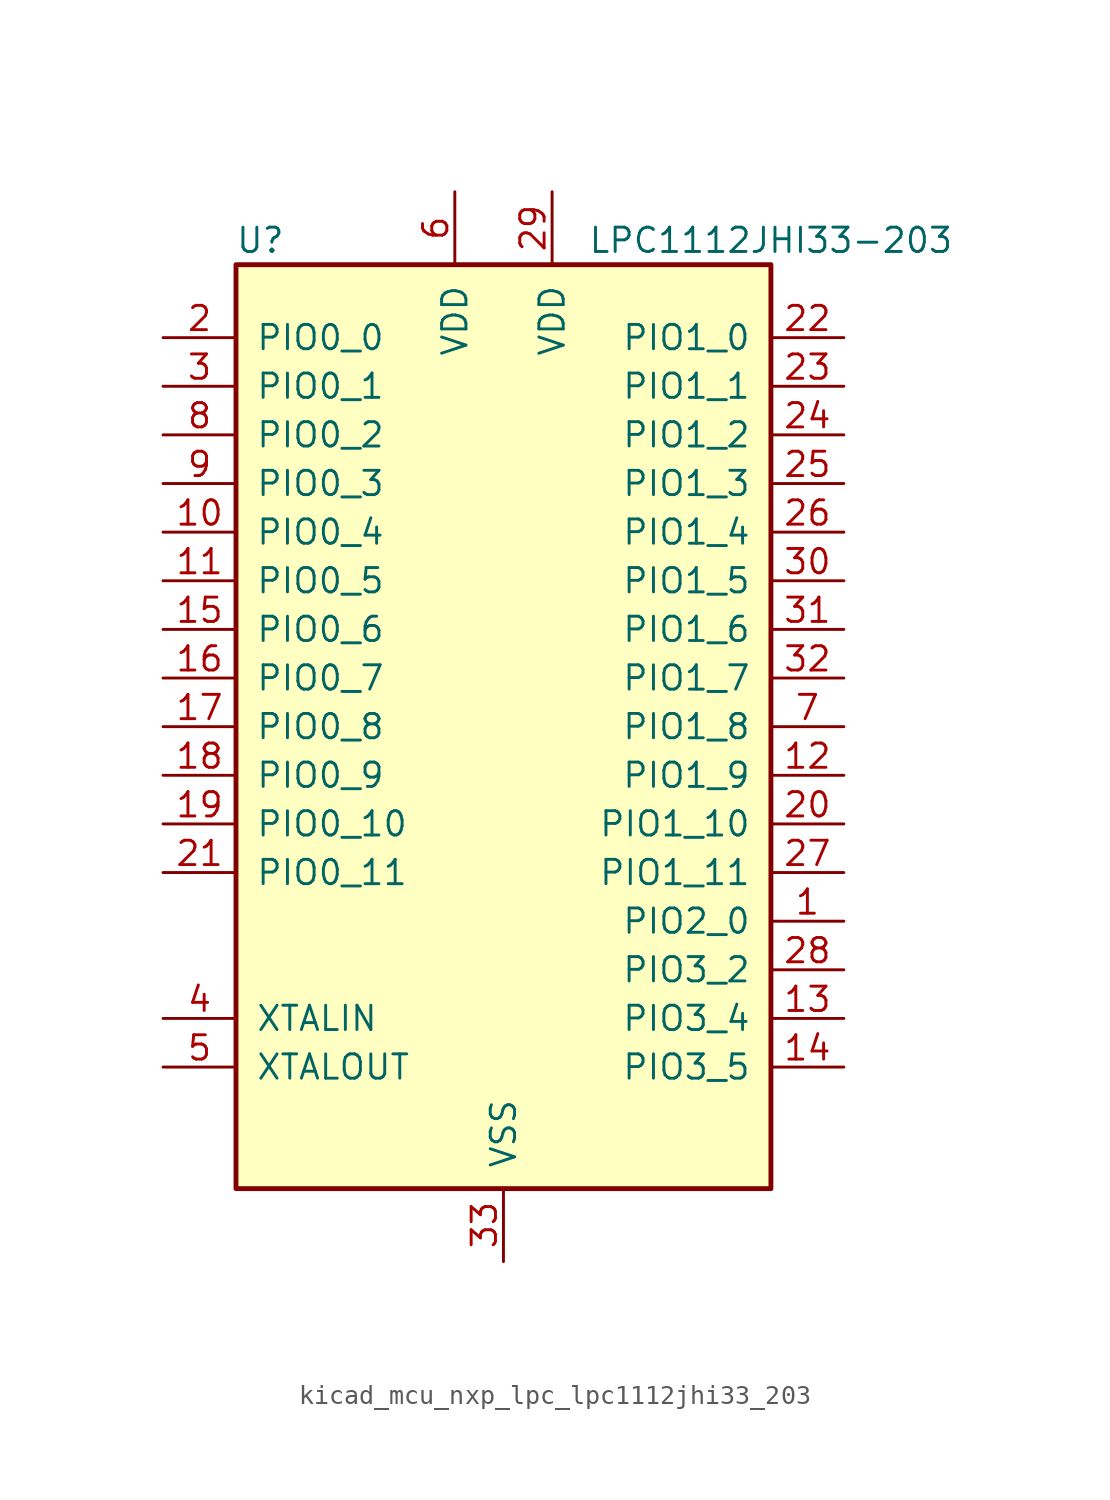
<source format=kicad_sym>
(kicad_symbol_lib
  (version 20220914)
  (generator kicad_symbol_editor)
  (symbol "kicad_mcu_nxp_lpc_lpc1112jhi33_203"
    (pin_names
      (offset 1.016))
    (property "Reference" "U"
      (at -12.7 25.4 0)
      (effects (font (size 1.27 1.27))))
    (property "Value" "LPC1112JHI33-203"
      (at 13.97 25.4 0)
      (effects (font (size 1.27 1.27))))
    (symbol "kicad_mcu_nxp_lpc_lpc1112jhi33_203_0_1"
      (rectangle (start -13.97 24.13) (end 13.97 -24.13) (stroke (width 0.254) (type default)) (fill (type background))))
    (symbol "kicad_mcu_nxp_lpc_lpc1112jhi33_203_1_1"
      (pin bidirectional line (at 17.78 -10.16 180) (length 3.81) (name "PIO2_0" (effects (font (size 1.27 1.27)))) (number "1" (effects (font (size 1.27 1.27)))))
      (pin bidirectional line (at -17.78 10.16 0) (length 3.81) (name "PIO0_4" (effects (font (size 1.27 1.27)))) (number "10" (effects (font (size 1.27 1.27)))))
      (pin bidirectional line (at -17.78 7.62 0) (length 3.81) (name "PIO0_5" (effects (font (size 1.27 1.27)))) (number "11" (effects (font (size 1.27 1.27)))))
      (pin bidirectional line (at 17.78 -2.54 180) (length 3.81) (name "PIO1_9" (effects (font (size 1.27 1.27)))) (number "12" (effects (font (size 1.27 1.27)))))
      (pin bidirectional line (at 17.78 -15.24 180) (length 3.81) (name "PIO3_4" (effects (font (size 1.27 1.27)))) (number "13" (effects (font (size 1.27 1.27)))))
      (pin bidirectional line (at 17.78 -17.78 180) (length 3.81) (name "PIO3_5" (effects (font (size 1.27 1.27)))) (number "14" (effects (font (size 1.27 1.27)))))
      (pin bidirectional line (at -17.78 5.08 0) (length 3.81) (name "PIO0_6" (effects (font (size 1.27 1.27)))) (number "15" (effects (font (size 1.27 1.27)))))
      (pin bidirectional line (at -17.78 2.54 0) (length 3.81) (name "PIO0_7" (effects (font (size 1.27 1.27)))) (number "16" (effects (font (size 1.27 1.27)))))
      (pin bidirectional line (at -17.78 0 0) (length 3.81) (name "PIO0_8" (effects (font (size 1.27 1.27)))) (number "17" (effects (font (size 1.27 1.27)))))
      (pin bidirectional line (at -17.78 -2.54 0) (length 3.81) (name "PIO0_9" (effects (font (size 1.27 1.27)))) (number "18" (effects (font (size 1.27 1.27)))))
      (pin bidirectional line (at -17.78 -5.08 0) (length 3.81) (name "PIO0_10" (effects (font (size 1.27 1.27)))) (number "19" (effects (font (size 1.27 1.27)))))
      (pin bidirectional line (at -17.78 20.32 0) (length 3.81) (name "PIO0_0" (effects (font (size 1.27 1.27)))) (number "2" (effects (font (size 1.27 1.27)))))
      (pin bidirectional line (at 17.78 -5.08 180) (length 3.81) (name "PIO1_10" (effects (font (size 1.27 1.27)))) (number "20" (effects (font (size 1.27 1.27)))))
      (pin bidirectional line (at -17.78 -7.62 0) (length 3.81) (name "PIO0_11" (effects (font (size 1.27 1.27)))) (number "21" (effects (font (size 1.27 1.27)))))
      (pin bidirectional line (at 17.78 20.32 180) (length 3.81) (name "PIO1_0" (effects (font (size 1.27 1.27)))) (number "22" (effects (font (size 1.27 1.27)))))
      (pin bidirectional line (at 17.78 17.78 180) (length 3.81) (name "PIO1_1" (effects (font (size 1.27 1.27)))) (number "23" (effects (font (size 1.27 1.27)))))
      (pin bidirectional line (at 17.78 15.24 180) (length 3.81) (name "PIO1_2" (effects (font (size 1.27 1.27)))) (number "24" (effects (font (size 1.27 1.27)))))
      (pin bidirectional line (at 17.78 12.7 180) (length 3.81) (name "PIO1_3" (effects (font (size 1.27 1.27)))) (number "25" (effects (font (size 1.27 1.27)))))
      (pin bidirectional line (at 17.78 10.16 180) (length 3.81) (name "PIO1_4" (effects (font (size 1.27 1.27)))) (number "26" (effects (font (size 1.27 1.27)))))
      (pin bidirectional line (at 17.78 -7.62 180) (length 3.81) (name "PIO1_11" (effects (font (size 1.27 1.27)))) (number "27" (effects (font (size 1.27 1.27)))))
      (pin bidirectional line (at 17.78 -12.7 180) (length 3.81) (name "PIO3_2" (effects (font (size 1.27 1.27)))) (number "28" (effects (font (size 1.27 1.27)))))
      (pin power_in line (at 2.54 27.94 270) (length 3.81) (name "VDD" (effects (font (size 1.27 1.27)))) (number "29" (effects (font (size 1.27 1.27)))))
      (pin bidirectional line (at -17.78 17.78 0) (length 3.81) (name "PIO0_1" (effects (font (size 1.27 1.27)))) (number "3" (effects (font (size 1.27 1.27)))))
      (pin bidirectional line (at 17.78 7.62 180) (length 3.81) (name "PIO1_5" (effects (font (size 1.27 1.27)))) (number "30" (effects (font (size 1.27 1.27)))))
      (pin bidirectional line (at 17.78 5.08 180) (length 3.81) (name "PIO1_6" (effects (font (size 1.27 1.27)))) (number "31" (effects (font (size 1.27 1.27)))))
      (pin bidirectional line (at 17.78 2.54 180) (length 3.81) (name "PIO1_7" (effects (font (size 1.27 1.27)))) (number "32" (effects (font (size 1.27 1.27)))))
      (pin power_in line (at 0 -27.94 90) (length 3.81) (name "VSS" (effects (font (size 1.27 1.27)))) (number "33" (effects (font (size 1.27 1.27)))))
      (pin input line (at -17.78 -15.24 0) (length 3.81) (name "XTALIN" (effects (font (size 1.27 1.27)))) (number "4" (effects (font (size 1.27 1.27)))))
      (pin output line (at -17.78 -17.78 0) (length 3.81) (name "XTALOUT" (effects (font (size 1.27 1.27)))) (number "5" (effects (font (size 1.27 1.27)))))
      (pin power_in line (at -2.54 27.94 270) (length 3.81) (name "VDD" (effects (font (size 1.27 1.27)))) (number "6" (effects (font (size 1.27 1.27)))))
      (pin bidirectional line (at 17.78 0 180) (length 3.81) (name "PIO1_8" (effects (font (size 1.27 1.27)))) (number "7" (effects (font (size 1.27 1.27)))))
      (pin bidirectional line (at -17.78 15.24 0) (length 3.81) (name "PIO0_2" (effects (font (size 1.27 1.27)))) (number "8" (effects (font (size 1.27 1.27)))))
      (pin bidirectional line (at -17.78 12.7 0) (length 3.81) (name "PIO0_3" (effects (font (size 1.27 1.27)))) (number "9" (effects (font (size 1.27 1.27))))))))
</source>
